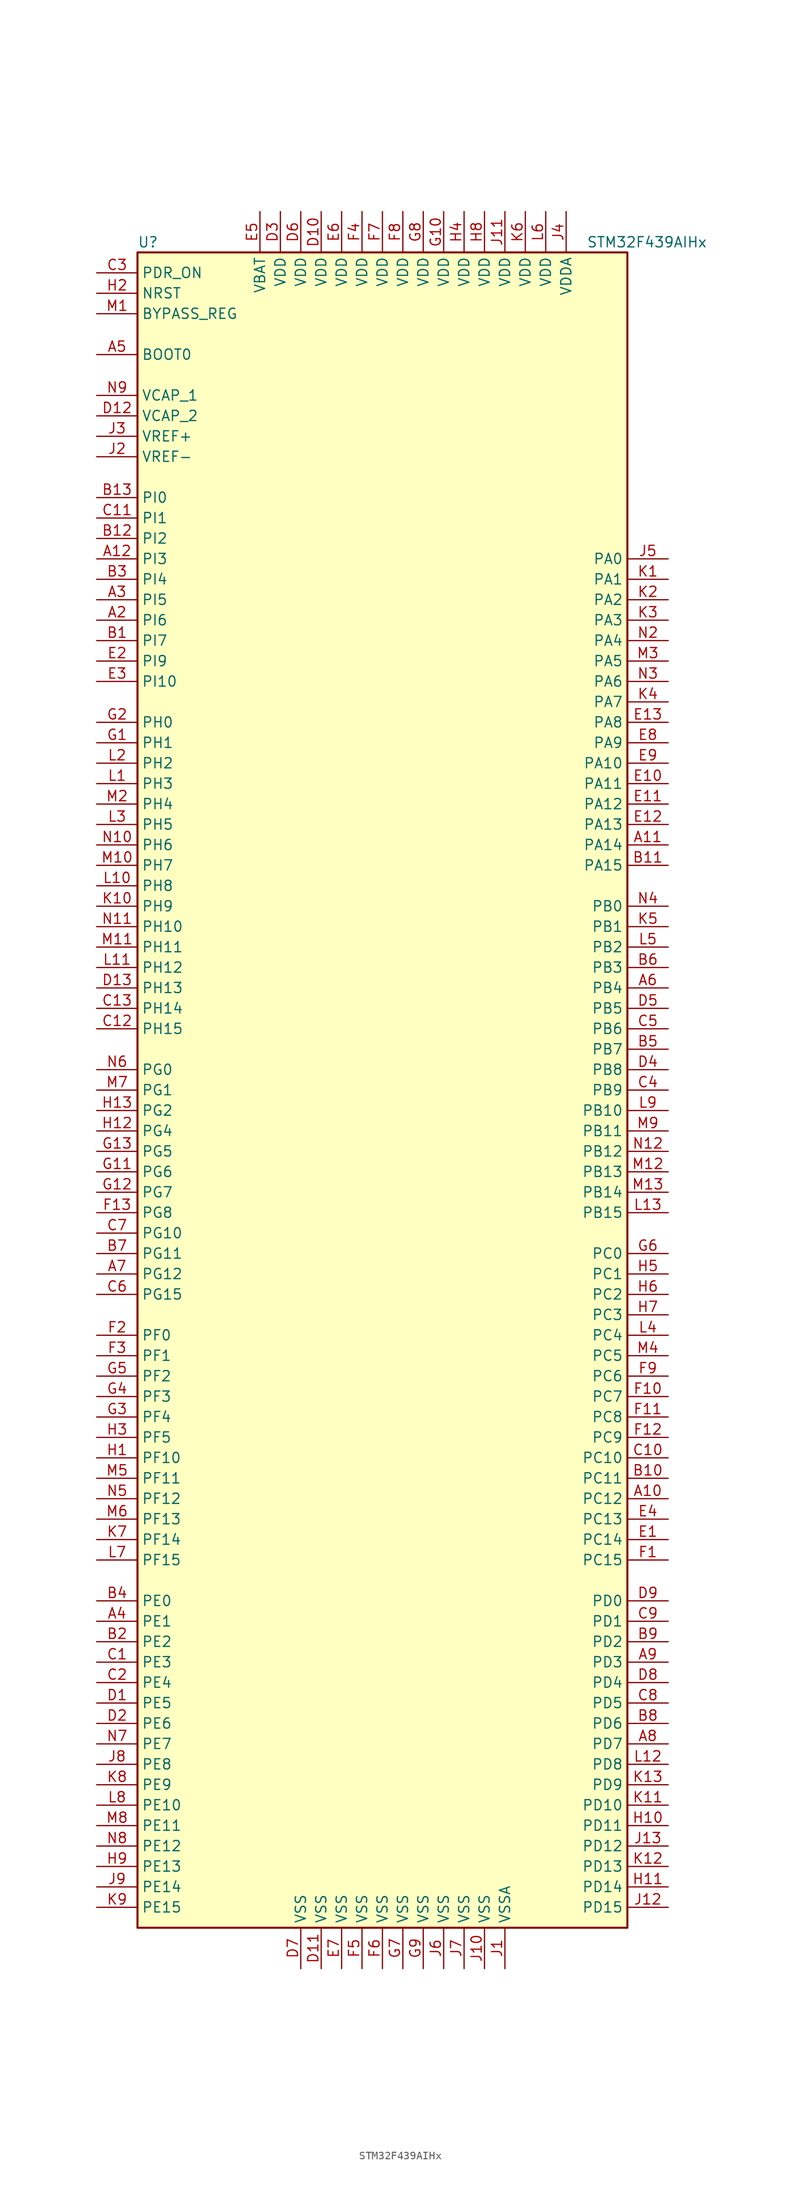
<source format=kicad_sym>
(kicad_symbol_lib
  (version 20200908)
  (generator kicad_symbol_editor)
  (symbol "MCU_ST_STM32F4:STM32F439AIHx"
    (property "Reference" "U"
      (at -30.48 105.41 0)
      (effects (font (size 1.27 1.27)) (justify left)))
    (property "Value" "STM32F439AIHx"
      (at 25.4 105.41 0)
      (effects (font (size 1.27 1.27)) (justify left)))
    (symbol "STM32F439AIHx_0_1"
      (rectangle (start -30.48 -104.14) (end 30.48 104.14) (stroke (width 0.254)) (fill (type background))))
    (symbol "STM32F439AIHx_1_1"
      (pin input line (at -35.56 91.44 0) (length 5.08) (name "BOOT0" (effects (font (size 1.27 1.27)))) (number "A5" (effects (font (size 1.27 1.27)))))
      (pin input line (at -35.56 96.52 0) (length 5.08) (name "BYPASS_REG" (effects (font (size 1.27 1.27)))) (number "M1" (effects (font (size 1.27 1.27)))))
      (pin unconnected line (at -30.48 -101.6 0) (length 5.08) hide (name "NC" (effects (font (size 1.27 1.27)))) (number "A1" (effects (font (size 1.27 1.27)))))
      (pin unconnected line (at -30.48 -99.06 0) (length 5.08) hide (name "NC" (effects (font (size 1.27 1.27)))) (number "A13" (effects (font (size 1.27 1.27)))))
      (pin unconnected line (at -30.48 -96.52 0) (length 5.08) hide (name "NC" (effects (font (size 1.27 1.27)))) (number "N1" (effects (font (size 1.27 1.27)))))
      (pin unconnected line (at -30.48 -93.98 0) (length 5.08) hide (name "NC" (effects (font (size 1.27 1.27)))) (number "N13" (effects (font (size 1.27 1.27)))))
      (pin input line (at -35.56 99.06 0) (length 5.08) (name "NRST" (effects (font (size 1.27 1.27)))) (number "H2" (effects (font (size 1.27 1.27)))))
      (pin bidirectional line (at 35.56 66.04 180) (length 5.08) (name "PA0" (effects (font (size 1.27 1.27)))) (number "J5" (effects (font (size 1.27 1.27)))))
      (pin bidirectional line (at 35.56 63.5 180) (length 5.08) (name "PA1" (effects (font (size 1.27 1.27)))) (number "K1" (effects (font (size 1.27 1.27)))))
      (pin bidirectional line (at 35.56 40.64 180) (length 5.08) (name "PA10" (effects (font (size 1.27 1.27)))) (number "E9" (effects (font (size 1.27 1.27)))))
      (pin bidirectional line (at 35.56 38.1 180) (length 5.08) (name "PA11" (effects (font (size 1.27 1.27)))) (number "E10" (effects (font (size 1.27 1.27)))))
      (pin bidirectional line (at 35.56 35.56 180) (length 5.08) (name "PA12" (effects (font (size 1.27 1.27)))) (number "E11" (effects (font (size 1.27 1.27)))))
      (pin bidirectional line (at 35.56 33.02 180) (length 5.08) (name "PA13" (effects (font (size 1.27 1.27)))) (number "E12" (effects (font (size 1.27 1.27)))))
      (pin bidirectional line (at 35.56 30.48 180) (length 5.08) (name "PA14" (effects (font (size 1.27 1.27)))) (number "A11" (effects (font (size 1.27 1.27)))))
      (pin bidirectional line (at 35.56 27.94 180) (length 5.08) (name "PA15" (effects (font (size 1.27 1.27)))) (number "B11" (effects (font (size 1.27 1.27)))))
      (pin bidirectional line (at 35.56 60.96 180) (length 5.08) (name "PA2" (effects (font (size 1.27 1.27)))) (number "K2" (effects (font (size 1.27 1.27)))))
      (pin bidirectional line (at 35.56 58.42 180) (length 5.08) (name "PA3" (effects (font (size 1.27 1.27)))) (number "K3" (effects (font (size 1.27 1.27)))))
      (pin bidirectional line (at 35.56 55.88 180) (length 5.08) (name "PA4" (effects (font (size 1.27 1.27)))) (number "N2" (effects (font (size 1.27 1.27)))))
      (pin bidirectional line (at 35.56 53.34 180) (length 5.08) (name "PA5" (effects (font (size 1.27 1.27)))) (number "M3" (effects (font (size 1.27 1.27)))))
      (pin bidirectional line (at 35.56 50.8 180) (length 5.08) (name "PA6" (effects (font (size 1.27 1.27)))) (number "N3" (effects (font (size 1.27 1.27)))))
      (pin bidirectional line (at 35.56 48.26 180) (length 5.08) (name "PA7" (effects (font (size 1.27 1.27)))) (number "K4" (effects (font (size 1.27 1.27)))))
      (pin bidirectional line (at 35.56 45.72 180) (length 5.08) (name "PA8" (effects (font (size 1.27 1.27)))) (number "E13" (effects (font (size 1.27 1.27)))))
      (pin bidirectional line (at 35.56 43.18 180) (length 5.08) (name "PA9" (effects (font (size 1.27 1.27)))) (number "E8" (effects (font (size 1.27 1.27)))))
      (pin bidirectional line (at 35.56 22.86 180) (length 5.08) (name "PB0" (effects (font (size 1.27 1.27)))) (number "N4" (effects (font (size 1.27 1.27)))))
      (pin bidirectional line (at 35.56 20.32 180) (length 5.08) (name "PB1" (effects (font (size 1.27 1.27)))) (number "K5" (effects (font (size 1.27 1.27)))))
      (pin bidirectional line (at 35.56 -2.54 180) (length 5.08) (name "PB10" (effects (font (size 1.27 1.27)))) (number "L9" (effects (font (size 1.27 1.27)))))
      (pin bidirectional line (at 35.56 -5.08 180) (length 5.08) (name "PB11" (effects (font (size 1.27 1.27)))) (number "M9" (effects (font (size 1.27 1.27)))))
      (pin bidirectional line (at 35.56 -7.62 180) (length 5.08) (name "PB12" (effects (font (size 1.27 1.27)))) (number "N12" (effects (font (size 1.27 1.27)))))
      (pin bidirectional line (at 35.56 -10.16 180) (length 5.08) (name "PB13" (effects (font (size 1.27 1.27)))) (number "M12" (effects (font (size 1.27 1.27)))))
      (pin bidirectional line (at 35.56 -12.7 180) (length 5.08) (name "PB14" (effects (font (size 1.27 1.27)))) (number "M13" (effects (font (size 1.27 1.27)))))
      (pin bidirectional line (at 35.56 -15.24 180) (length 5.08) (name "PB15" (effects (font (size 1.27 1.27)))) (number "L13" (effects (font (size 1.27 1.27)))))
      (pin bidirectional line (at 35.56 17.78 180) (length 5.08) (name "PB2" (effects (font (size 1.27 1.27)))) (number "L5" (effects (font (size 1.27 1.27)))))
      (pin bidirectional line (at 35.56 15.24 180) (length 5.08) (name "PB3" (effects (font (size 1.27 1.27)))) (number "B6" (effects (font (size 1.27 1.27)))))
      (pin bidirectional line (at 35.56 12.7 180) (length 5.08) (name "PB4" (effects (font (size 1.27 1.27)))) (number "A6" (effects (font (size 1.27 1.27)))))
      (pin bidirectional line (at 35.56 10.16 180) (length 5.08) (name "PB5" (effects (font (size 1.27 1.27)))) (number "D5" (effects (font (size 1.27 1.27)))))
      (pin bidirectional line (at 35.56 7.62 180) (length 5.08) (name "PB6" (effects (font (size 1.27 1.27)))) (number "C5" (effects (font (size 1.27 1.27)))))
      (pin bidirectional line (at 35.56 5.08 180) (length 5.08) (name "PB7" (effects (font (size 1.27 1.27)))) (number "B5" (effects (font (size 1.27 1.27)))))
      (pin bidirectional line (at 35.56 2.54 180) (length 5.08) (name "PB8" (effects (font (size 1.27 1.27)))) (number "D4" (effects (font (size 1.27 1.27)))))
      (pin bidirectional line (at 35.56 0 180) (length 5.08) (name "PB9" (effects (font (size 1.27 1.27)))) (number "C4" (effects (font (size 1.27 1.27)))))
      (pin bidirectional line (at 35.56 -20.32 180) (length 5.08) (name "PC0" (effects (font (size 1.27 1.27)))) (number "G6" (effects (font (size 1.27 1.27)))))
      (pin bidirectional line (at 35.56 -22.86 180) (length 5.08) (name "PC1" (effects (font (size 1.27 1.27)))) (number "H5" (effects (font (size 1.27 1.27)))))
      (pin bidirectional line (at 35.56 -45.72 180) (length 5.08) (name "PC10" (effects (font (size 1.27 1.27)))) (number "C10" (effects (font (size 1.27 1.27)))))
      (pin bidirectional line (at 35.56 -48.26 180) (length 5.08) (name "PC11" (effects (font (size 1.27 1.27)))) (number "B10" (effects (font (size 1.27 1.27)))))
      (pin bidirectional line (at 35.56 -50.8 180) (length 5.08) (name "PC12" (effects (font (size 1.27 1.27)))) (number "A10" (effects (font (size 1.27 1.27)))))
      (pin bidirectional line (at 35.56 -53.34 180) (length 5.08) (name "PC13" (effects (font (size 1.27 1.27)))) (number "E4" (effects (font (size 1.27 1.27)))))
      (pin bidirectional line (at 35.56 -55.88 180) (length 5.08) (name "PC14" (effects (font (size 1.27 1.27)))) (number "E1" (effects (font (size 1.27 1.27)))))
      (pin bidirectional line (at 35.56 -58.42 180) (length 5.08) (name "PC15" (effects (font (size 1.27 1.27)))) (number "F1" (effects (font (size 1.27 1.27)))))
      (pin bidirectional line (at 35.56 -25.4 180) (length 5.08) (name "PC2" (effects (font (size 1.27 1.27)))) (number "H6" (effects (font (size 1.27 1.27)))))
      (pin bidirectional line (at 35.56 -27.94 180) (length 5.08) (name "PC3" (effects (font (size 1.27 1.27)))) (number "H7" (effects (font (size 1.27 1.27)))))
      (pin bidirectional line (at 35.56 -30.48 180) (length 5.08) (name "PC4" (effects (font (size 1.27 1.27)))) (number "L4" (effects (font (size 1.27 1.27)))))
      (pin bidirectional line (at 35.56 -33.02 180) (length 5.08) (name "PC5" (effects (font (size 1.27 1.27)))) (number "M4" (effects (font (size 1.27 1.27)))))
      (pin bidirectional line (at 35.56 -35.56 180) (length 5.08) (name "PC6" (effects (font (size 1.27 1.27)))) (number "F9" (effects (font (size 1.27 1.27)))))
      (pin bidirectional line (at 35.56 -38.1 180) (length 5.08) (name "PC7" (effects (font (size 1.27 1.27)))) (number "F10" (effects (font (size 1.27 1.27)))))
      (pin bidirectional line (at 35.56 -40.64 180) (length 5.08) (name "PC8" (effects (font (size 1.27 1.27)))) (number "F11" (effects (font (size 1.27 1.27)))))
      (pin bidirectional line (at 35.56 -43.18 180) (length 5.08) (name "PC9" (effects (font (size 1.27 1.27)))) (number "F12" (effects (font (size 1.27 1.27)))))
      (pin bidirectional line (at 35.56 -63.5 180) (length 5.08) (name "PD0" (effects (font (size 1.27 1.27)))) (number "D9" (effects (font (size 1.27 1.27)))))
      (pin bidirectional line (at 35.56 -66.04 180) (length 5.08) (name "PD1" (effects (font (size 1.27 1.27)))) (number "C9" (effects (font (size 1.27 1.27)))))
      (pin bidirectional line (at 35.56 -88.9 180) (length 5.08) (name "PD10" (effects (font (size 1.27 1.27)))) (number "K11" (effects (font (size 1.27 1.27)))))
      (pin bidirectional line (at 35.56 -91.44 180) (length 5.08) (name "PD11" (effects (font (size 1.27 1.27)))) (number "H10" (effects (font (size 1.27 1.27)))))
      (pin bidirectional line (at 35.56 -93.98 180) (length 5.08) (name "PD12" (effects (font (size 1.27 1.27)))) (number "J13" (effects (font (size 1.27 1.27)))))
      (pin bidirectional line (at 35.56 -96.52 180) (length 5.08) (name "PD13" (effects (font (size 1.27 1.27)))) (number "K12" (effects (font (size 1.27 1.27)))))
      (pin bidirectional line (at 35.56 -99.06 180) (length 5.08) (name "PD14" (effects (font (size 1.27 1.27)))) (number "H11" (effects (font (size 1.27 1.27)))))
      (pin bidirectional line (at 35.56 -101.6 180) (length 5.08) (name "PD15" (effects (font (size 1.27 1.27)))) (number "J12" (effects (font (size 1.27 1.27)))))
      (pin bidirectional line (at 35.56 -68.58 180) (length 5.08) (name "PD2" (effects (font (size 1.27 1.27)))) (number "B9" (effects (font (size 1.27 1.27)))))
      (pin bidirectional line (at 35.56 -71.12 180) (length 5.08) (name "PD3" (effects (font (size 1.27 1.27)))) (number "A9" (effects (font (size 1.27 1.27)))))
      (pin bidirectional line (at 35.56 -73.66 180) (length 5.08) (name "PD4" (effects (font (size 1.27 1.27)))) (number "D8" (effects (font (size 1.27 1.27)))))
      (pin bidirectional line (at 35.56 -76.2 180) (length 5.08) (name "PD5" (effects (font (size 1.27 1.27)))) (number "C8" (effects (font (size 1.27 1.27)))))
      (pin bidirectional line (at 35.56 -78.74 180) (length 5.08) (name "PD6" (effects (font (size 1.27 1.27)))) (number "B8" (effects (font (size 1.27 1.27)))))
      (pin bidirectional line (at 35.56 -81.28 180) (length 5.08) (name "PD7" (effects (font (size 1.27 1.27)))) (number "A8" (effects (font (size 1.27 1.27)))))
      (pin bidirectional line (at 35.56 -83.82 180) (length 5.08) (name "PD8" (effects (font (size 1.27 1.27)))) (number "L12" (effects (font (size 1.27 1.27)))))
      (pin bidirectional line (at 35.56 -86.36 180) (length 5.08) (name "PD9" (effects (font (size 1.27 1.27)))) (number "K13" (effects (font (size 1.27 1.27)))))
      (pin input line (at -35.56 101.6 0) (length 5.08) (name "PDR_ON" (effects (font (size 1.27 1.27)))) (number "C3" (effects (font (size 1.27 1.27)))))
      (pin bidirectional line (at -35.56 -63.5 0) (length 5.08) (name "PE0" (effects (font (size 1.27 1.27)))) (number "B4" (effects (font (size 1.27 1.27)))))
      (pin bidirectional line (at -35.56 -66.04 0) (length 5.08) (name "PE1" (effects (font (size 1.27 1.27)))) (number "A4" (effects (font (size 1.27 1.27)))))
      (pin bidirectional line (at -35.56 -88.9 0) (length 5.08) (name "PE10" (effects (font (size 1.27 1.27)))) (number "L8" (effects (font (size 1.27 1.27)))))
      (pin bidirectional line (at -35.56 -91.44 0) (length 5.08) (name "PE11" (effects (font (size 1.27 1.27)))) (number "M8" (effects (font (size 1.27 1.27)))))
      (pin bidirectional line (at -35.56 -93.98 0) (length 5.08) (name "PE12" (effects (font (size 1.27 1.27)))) (number "N8" (effects (font (size 1.27 1.27)))))
      (pin bidirectional line (at -35.56 -96.52 0) (length 5.08) (name "PE13" (effects (font (size 1.27 1.27)))) (number "H9" (effects (font (size 1.27 1.27)))))
      (pin bidirectional line (at -35.56 -99.06 0) (length 5.08) (name "PE14" (effects (font (size 1.27 1.27)))) (number "J9" (effects (font (size 1.27 1.27)))))
      (pin bidirectional line (at -35.56 -101.6 0) (length 5.08) (name "PE15" (effects (font (size 1.27 1.27)))) (number "K9" (effects (font (size 1.27 1.27)))))
      (pin bidirectional line (at -35.56 -68.58 0) (length 5.08) (name "PE2" (effects (font (size 1.27 1.27)))) (number "B2" (effects (font (size 1.27 1.27)))))
      (pin bidirectional line (at -35.56 -71.12 0) (length 5.08) (name "PE3" (effects (font (size 1.27 1.27)))) (number "C1" (effects (font (size 1.27 1.27)))))
      (pin bidirectional line (at -35.56 -73.66 0) (length 5.08) (name "PE4" (effects (font (size 1.27 1.27)))) (number "C2" (effects (font (size 1.27 1.27)))))
      (pin bidirectional line (at -35.56 -76.2 0) (length 5.08) (name "PE5" (effects (font (size 1.27 1.27)))) (number "D1" (effects (font (size 1.27 1.27)))))
      (pin bidirectional line (at -35.56 -78.74 0) (length 5.08) (name "PE6" (effects (font (size 1.27 1.27)))) (number "D2" (effects (font (size 1.27 1.27)))))
      (pin bidirectional line (at -35.56 -81.28 0) (length 5.08) (name "PE7" (effects (font (size 1.27 1.27)))) (number "N7" (effects (font (size 1.27 1.27)))))
      (pin bidirectional line (at -35.56 -83.82 0) (length 5.08) (name "PE8" (effects (font (size 1.27 1.27)))) (number "J8" (effects (font (size 1.27 1.27)))))
      (pin bidirectional line (at -35.56 -86.36 0) (length 5.08) (name "PE9" (effects (font (size 1.27 1.27)))) (number "K8" (effects (font (size 1.27 1.27)))))
      (pin bidirectional line (at -35.56 -30.48 0) (length 5.08) (name "PF0" (effects (font (size 1.27 1.27)))) (number "F2" (effects (font (size 1.27 1.27)))))
      (pin bidirectional line (at -35.56 -33.02 0) (length 5.08) (name "PF1" (effects (font (size 1.27 1.27)))) (number "F3" (effects (font (size 1.27 1.27)))))
      (pin bidirectional line (at -35.56 -45.72 0) (length 5.08) (name "PF10" (effects (font (size 1.27 1.27)))) (number "H1" (effects (font (size 1.27 1.27)))))
      (pin bidirectional line (at -35.56 -48.26 0) (length 5.08) (name "PF11" (effects (font (size 1.27 1.27)))) (number "M5" (effects (font (size 1.27 1.27)))))
      (pin bidirectional line (at -35.56 -50.8 0) (length 5.08) (name "PF12" (effects (font (size 1.27 1.27)))) (number "N5" (effects (font (size 1.27 1.27)))))
      (pin bidirectional line (at -35.56 -53.34 0) (length 5.08) (name "PF13" (effects (font (size 1.27 1.27)))) (number "M6" (effects (font (size 1.27 1.27)))))
      (pin bidirectional line (at -35.56 -55.88 0) (length 5.08) (name "PF14" (effects (font (size 1.27 1.27)))) (number "K7" (effects (font (size 1.27 1.27)))))
      (pin bidirectional line (at -35.56 -58.42 0) (length 5.08) (name "PF15" (effects (font (size 1.27 1.27)))) (number "L7" (effects (font (size 1.27 1.27)))))
      (pin bidirectional line (at -35.56 -35.56 0) (length 5.08) (name "PF2" (effects (font (size 1.27 1.27)))) (number "G5" (effects (font (size 1.27 1.27)))))
      (pin bidirectional line (at -35.56 -38.1 0) (length 5.08) (name "PF3" (effects (font (size 1.27 1.27)))) (number "G4" (effects (font (size 1.27 1.27)))))
      (pin bidirectional line (at -35.56 -40.64 0) (length 5.08) (name "PF4" (effects (font (size 1.27 1.27)))) (number "G3" (effects (font (size 1.27 1.27)))))
      (pin bidirectional line (at -35.56 -43.18 0) (length 5.08) (name "PF5" (effects (font (size 1.27 1.27)))) (number "H3" (effects (font (size 1.27 1.27)))))
      (pin bidirectional line (at -35.56 2.54 0) (length 5.08) (name "PG0" (effects (font (size 1.27 1.27)))) (number "N6" (effects (font (size 1.27 1.27)))))
      (pin bidirectional line (at -35.56 0 0) (length 5.08) (name "PG1" (effects (font (size 1.27 1.27)))) (number "M7" (effects (font (size 1.27 1.27)))))
      (pin bidirectional line (at -35.56 -17.78 0) (length 5.08) (name "PG10" (effects (font (size 1.27 1.27)))) (number "C7" (effects (font (size 1.27 1.27)))))
      (pin bidirectional line (at -35.56 -20.32 0) (length 5.08) (name "PG11" (effects (font (size 1.27 1.27)))) (number "B7" (effects (font (size 1.27 1.27)))))
      (pin bidirectional line (at -35.56 -22.86 0) (length 5.08) (name "PG12" (effects (font (size 1.27 1.27)))) (number "A7" (effects (font (size 1.27 1.27)))))
      (pin bidirectional line (at -35.56 -25.4 0) (length 5.08) (name "PG15" (effects (font (size 1.27 1.27)))) (number "C6" (effects (font (size 1.27 1.27)))))
      (pin bidirectional line (at -35.56 -2.54 0) (length 5.08) (name "PG2" (effects (font (size 1.27 1.27)))) (number "H13" (effects (font (size 1.27 1.27)))))
      (pin bidirectional line (at -35.56 -5.08 0) (length 5.08) (name "PG4" (effects (font (size 1.27 1.27)))) (number "H12" (effects (font (size 1.27 1.27)))))
      (pin bidirectional line (at -35.56 -7.62 0) (length 5.08) (name "PG5" (effects (font (size 1.27 1.27)))) (number "G13" (effects (font (size 1.27 1.27)))))
      (pin bidirectional line (at -35.56 -10.16 0) (length 5.08) (name "PG6" (effects (font (size 1.27 1.27)))) (number "G11" (effects (font (size 1.27 1.27)))))
      (pin bidirectional line (at -35.56 -12.7 0) (length 5.08) (name "PG7" (effects (font (size 1.27 1.27)))) (number "G12" (effects (font (size 1.27 1.27)))))
      (pin bidirectional line (at -35.56 -15.24 0) (length 5.08) (name "PG8" (effects (font (size 1.27 1.27)))) (number "F13" (effects (font (size 1.27 1.27)))))
      (pin input line (at -35.56 45.72 0) (length 5.08) (name "PH0" (effects (font (size 1.27 1.27)))) (number "G2" (effects (font (size 1.27 1.27)))))
      (pin input line (at -35.56 43.18 0) (length 5.08) (name "PH1" (effects (font (size 1.27 1.27)))) (number "G1" (effects (font (size 1.27 1.27)))))
      (pin bidirectional line (at -35.56 20.32 0) (length 5.08) (name "PH10" (effects (font (size 1.27 1.27)))) (number "N11" (effects (font (size 1.27 1.27)))))
      (pin bidirectional line (at -35.56 17.78 0) (length 5.08) (name "PH11" (effects (font (size 1.27 1.27)))) (number "M11" (effects (font (size 1.27 1.27)))))
      (pin bidirectional line (at -35.56 15.24 0) (length 5.08) (name "PH12" (effects (font (size 1.27 1.27)))) (number "L11" (effects (font (size 1.27 1.27)))))
      (pin bidirectional line (at -35.56 12.7 0) (length 5.08) (name "PH13" (effects (font (size 1.27 1.27)))) (number "D13" (effects (font (size 1.27 1.27)))))
      (pin bidirectional line (at -35.56 10.16 0) (length 5.08) (name "PH14" (effects (font (size 1.27 1.27)))) (number "C13" (effects (font (size 1.27 1.27)))))
      (pin bidirectional line (at -35.56 7.62 0) (length 5.08) (name "PH15" (effects (font (size 1.27 1.27)))) (number "C12" (effects (font (size 1.27 1.27)))))
      (pin bidirectional line (at -35.56 40.64 0) (length 5.08) (name "PH2" (effects (font (size 1.27 1.27)))) (number "L2" (effects (font (size 1.27 1.27)))))
      (pin bidirectional line (at -35.56 38.1 0) (length 5.08) (name "PH3" (effects (font (size 1.27 1.27)))) (number "L1" (effects (font (size 1.27 1.27)))))
      (pin bidirectional line (at -35.56 35.56 0) (length 5.08) (name "PH4" (effects (font (size 1.27 1.27)))) (number "M2" (effects (font (size 1.27 1.27)))))
      (pin bidirectional line (at -35.56 33.02 0) (length 5.08) (name "PH5" (effects (font (size 1.27 1.27)))) (number "L3" (effects (font (size 1.27 1.27)))))
      (pin bidirectional line (at -35.56 30.48 0) (length 5.08) (name "PH6" (effects (font (size 1.27 1.27)))) (number "N10" (effects (font (size 1.27 1.27)))))
      (pin bidirectional line (at -35.56 27.94 0) (length 5.08) (name "PH7" (effects (font (size 1.27 1.27)))) (number "M10" (effects (font (size 1.27 1.27)))))
      (pin bidirectional line (at -35.56 25.4 0) (length 5.08) (name "PH8" (effects (font (size 1.27 1.27)))) (number "L10" (effects (font (size 1.27 1.27)))))
      (pin bidirectional line (at -35.56 22.86 0) (length 5.08) (name "PH9" (effects (font (size 1.27 1.27)))) (number "K10" (effects (font (size 1.27 1.27)))))
      (pin bidirectional line (at -35.56 73.66 0) (length 5.08) (name "PI0" (effects (font (size 1.27 1.27)))) (number "B13" (effects (font (size 1.27 1.27)))))
      (pin bidirectional line (at -35.56 71.12 0) (length 5.08) (name "PI1" (effects (font (size 1.27 1.27)))) (number "C11" (effects (font (size 1.27 1.27)))))
      (pin bidirectional line (at -35.56 50.8 0) (length 5.08) (name "PI10" (effects (font (size 1.27 1.27)))) (number "E3" (effects (font (size 1.27 1.27)))))
      (pin bidirectional line (at -35.56 68.58 0) (length 5.08) (name "PI2" (effects (font (size 1.27 1.27)))) (number "B12" (effects (font (size 1.27 1.27)))))
      (pin bidirectional line (at -35.56 66.04 0) (length 5.08) (name "PI3" (effects (font (size 1.27 1.27)))) (number "A12" (effects (font (size 1.27 1.27)))))
      (pin bidirectional line (at -35.56 63.5 0) (length 5.08) (name "PI4" (effects (font (size 1.27 1.27)))) (number "B3" (effects (font (size 1.27 1.27)))))
      (pin bidirectional line (at -35.56 60.96 0) (length 5.08) (name "PI5" (effects (font (size 1.27 1.27)))) (number "A3" (effects (font (size 1.27 1.27)))))
      (pin bidirectional line (at -35.56 58.42 0) (length 5.08) (name "PI6" (effects (font (size 1.27 1.27)))) (number "A2" (effects (font (size 1.27 1.27)))))
      (pin bidirectional line (at -35.56 55.88 0) (length 5.08) (name "PI7" (effects (font (size 1.27 1.27)))) (number "B1" (effects (font (size 1.27 1.27)))))
      (pin bidirectional line (at -35.56 53.34 0) (length 5.08) (name "PI9" (effects (font (size 1.27 1.27)))) (number "E2" (effects (font (size 1.27 1.27)))))
      (pin power_in line (at -15.24 109.22 270) (length 5.08) (name "VBAT" (effects (font (size 1.27 1.27)))) (number "E5" (effects (font (size 1.27 1.27)))))
      (pin power_in line (at -35.56 86.36 0) (length 5.08) (name "VCAP_1" (effects (font (size 1.27 1.27)))) (number "N9" (effects (font (size 1.27 1.27)))))
      (pin power_in line (at -35.56 83.82 0) (length 5.08) (name "VCAP_2" (effects (font (size 1.27 1.27)))) (number "D12" (effects (font (size 1.27 1.27)))))
      (pin power_in line (at -7.62 109.22 270) (length 5.08) (name "VDD" (effects (font (size 1.27 1.27)))) (number "D10" (effects (font (size 1.27 1.27)))))
      (pin power_in line (at -12.7 109.22 270) (length 5.08) (name "VDD" (effects (font (size 1.27 1.27)))) (number "D3" (effects (font (size 1.27 1.27)))))
      (pin power_in line (at -10.16 109.22 270) (length 5.08) (name "VDD" (effects (font (size 1.27 1.27)))) (number "D6" (effects (font (size 1.27 1.27)))))
      (pin power_in line (at -5.08 109.22 270) (length 5.08) (name "VDD" (effects (font (size 1.27 1.27)))) (number "E6" (effects (font (size 1.27 1.27)))))
      (pin power_in line (at -2.54 109.22 270) (length 5.08) (name "VDD" (effects (font (size 1.27 1.27)))) (number "F4" (effects (font (size 1.27 1.27)))))
      (pin power_in line (at 0 109.22 270) (length 5.08) (name "VDD" (effects (font (size 1.27 1.27)))) (number "F7" (effects (font (size 1.27 1.27)))))
      (pin power_in line (at 2.54 109.22 270) (length 5.08) (name "VDD" (effects (font (size 1.27 1.27)))) (number "F8" (effects (font (size 1.27 1.27)))))
      (pin power_in line (at 7.62 109.22 270) (length 5.08) (name "VDD" (effects (font (size 1.27 1.27)))) (number "G10" (effects (font (size 1.27 1.27)))))
      (pin power_in line (at 5.08 109.22 270) (length 5.08) (name "VDD" (effects (font (size 1.27 1.27)))) (number "G8" (effects (font (size 1.27 1.27)))))
      (pin power_in line (at 10.16 109.22 270) (length 5.08) (name "VDD" (effects (font (size 1.27 1.27)))) (number "H4" (effects (font (size 1.27 1.27)))))
      (pin power_in line (at 12.7 109.22 270) (length 5.08) (name "VDD" (effects (font (size 1.27 1.27)))) (number "H8" (effects (font (size 1.27 1.27)))))
      (pin power_in line (at 15.24 109.22 270) (length 5.08) (name "VDD" (effects (font (size 1.27 1.27)))) (number "J11" (effects (font (size 1.27 1.27)))))
      (pin power_in line (at 17.78 109.22 270) (length 5.08) (name "VDD" (effects (font (size 1.27 1.27)))) (number "K6" (effects (font (size 1.27 1.27)))))
      (pin power_in line (at 20.32 109.22 270) (length 5.08) (name "VDD" (effects (font (size 1.27 1.27)))) (number "L6" (effects (font (size 1.27 1.27)))))
      (pin power_in line (at 22.86 109.22 270) (length 5.08) (name "VDDA" (effects (font (size 1.27 1.27)))) (number "J4" (effects (font (size 1.27 1.27)))))
      (pin power_in line (at -35.56 81.28 0) (length 5.08) (name "VREF+" (effects (font (size 1.27 1.27)))) (number "J3" (effects (font (size 1.27 1.27)))))
      (pin power_in line (at -35.56 78.74 0) (length 5.08) (name "VREF-" (effects (font (size 1.27 1.27)))) (number "J2" (effects (font (size 1.27 1.27)))))
      (pin power_in line (at -7.62 -109.22 90) (length 5.08) (name "VSS" (effects (font (size 1.27 1.27)))) (number "D11" (effects (font (size 1.27 1.27)))))
      (pin power_in line (at -10.16 -109.22 90) (length 5.08) (name "VSS" (effects (font (size 1.27 1.27)))) (number "D7" (effects (font (size 1.27 1.27)))))
      (pin power_in line (at -5.08 -109.22 90) (length 5.08) (name "VSS" (effects (font (size 1.27 1.27)))) (number "E7" (effects (font (size 1.27 1.27)))))
      (pin power_in line (at -2.54 -109.22 90) (length 5.08) (name "VSS" (effects (font (size 1.27 1.27)))) (number "F5" (effects (font (size 1.27 1.27)))))
      (pin power_in line (at 0 -109.22 90) (length 5.08) (name "VSS" (effects (font (size 1.27 1.27)))) (number "F6" (effects (font (size 1.27 1.27)))))
      (pin power_in line (at 2.54 -109.22 90) (length 5.08) (name "VSS" (effects (font (size 1.27 1.27)))) (number "G7" (effects (font (size 1.27 1.27)))))
      (pin power_in line (at 5.08 -109.22 90) (length 5.08) (name "VSS" (effects (font (size 1.27 1.27)))) (number "G9" (effects (font (size 1.27 1.27)))))
      (pin power_in line (at 12.7 -109.22 90) (length 5.08) (name "VSS" (effects (font (size 1.27 1.27)))) (number "J10" (effects (font (size 1.27 1.27)))))
      (pin power_in line (at 7.62 -109.22 90) (length 5.08) (name "VSS" (effects (font (size 1.27 1.27)))) (number "J6" (effects (font (size 1.27 1.27)))))
      (pin power_in line (at 10.16 -109.22 90) (length 5.08) (name "VSS" (effects (font (size 1.27 1.27)))) (number "J7" (effects (font (size 1.27 1.27)))))
      (pin power_in line (at 15.24 -109.22 90) (length 5.08) (name "VSSA" (effects (font (size 1.27 1.27)))) (number "J1" (effects (font (size 1.27 1.27))))))))
</source>
